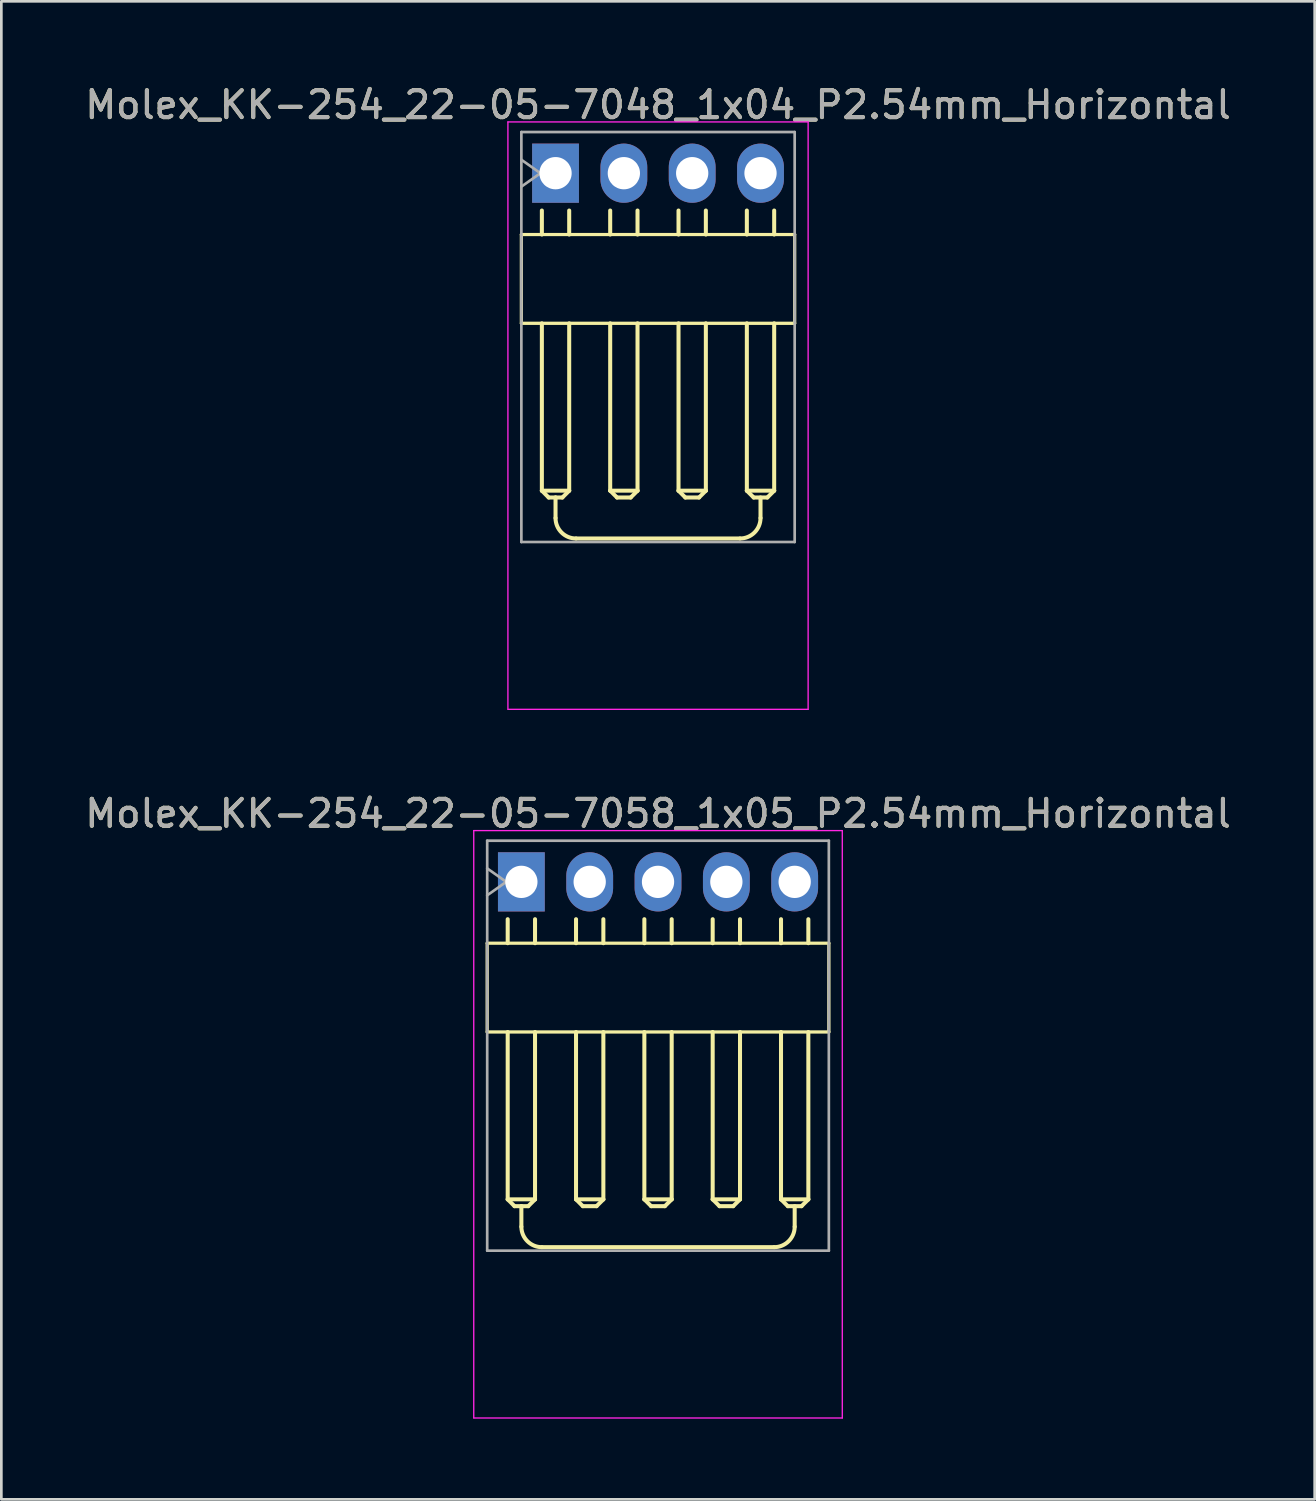
<source format=kicad_pcb>
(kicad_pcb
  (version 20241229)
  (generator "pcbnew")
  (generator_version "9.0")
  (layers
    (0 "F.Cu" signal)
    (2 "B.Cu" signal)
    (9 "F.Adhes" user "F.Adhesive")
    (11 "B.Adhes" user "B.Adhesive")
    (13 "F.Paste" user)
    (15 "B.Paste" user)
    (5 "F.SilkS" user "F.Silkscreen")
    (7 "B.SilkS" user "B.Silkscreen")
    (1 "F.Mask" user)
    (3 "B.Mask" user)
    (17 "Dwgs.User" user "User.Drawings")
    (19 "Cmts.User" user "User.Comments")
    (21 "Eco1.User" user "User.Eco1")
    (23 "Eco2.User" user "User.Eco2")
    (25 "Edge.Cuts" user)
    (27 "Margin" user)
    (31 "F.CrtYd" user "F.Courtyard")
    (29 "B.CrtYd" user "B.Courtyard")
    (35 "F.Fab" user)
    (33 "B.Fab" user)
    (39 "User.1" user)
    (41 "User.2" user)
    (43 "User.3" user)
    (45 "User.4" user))
  (footprint "Molex_KK-254_22-05-7048_1x04_P2.54mm_Horizontal"
    (layer "F.Cu")
    (at 17.601 3.388)
    (property "Reference" "Molex_KK-254_22-05-7048_1x04_P2.54mm_Horizontal" (at 3.81 -2.54 0) (layer "F.SilkS") (effects (font (size 1 1) (thickness 0.15))))
    (attr through_hole)
    (fp_line (start -1.27 2.28) (end -1.27 5.58) (stroke (width 0.12) (type solid)) (layer "F.SilkS"))
    (fp_line (start -1.27 2.28) (end 8.89 2.28) (stroke (width 0.12) (type solid)) (layer "F.SilkS"))
    (fp_line (start -0.508 1.388) (end -0.508 2.28) (stroke (width 0.15) (type solid)) (layer "F.SilkS"))
    (fp_line (start -0.508 11.802) (end -0.508 5.582) (stroke (width 0.15) (type solid)) (layer "F.SilkS"))
    (fp_line (start -0.508 11.802) (end 0.508 11.802) (stroke (width 0.15) (type solid)) (layer "F.SilkS"))
    (fp_line (start -0.254 12.056) (end -0.508 11.802) (stroke (width 0.15) (type solid)) (layer "F.SilkS"))
    (fp_line (start 0 12.056) (end -0.254 12.056) (stroke (width 0.15) (type solid)) (layer "F.SilkS"))
    (fp_line (start 0 12.056) (end 0 12.818) (stroke (width 0.15) (type solid)) (layer "F.SilkS"))
    (fp_line (start 0.254 12.056) (end 0 12.056) (stroke (width 0.15) (type solid)) (layer "F.SilkS"))
    (fp_line (start 0.508 2.28) (end 0.508 1.388) (stroke (width 0.15) (type solid)) (layer "F.SilkS"))
    (fp_line (start 0.508 5.582) (end 0.508 11.802) (stroke (width 0.15) (type solid)) (layer "F.SilkS"))
    (fp_line (start 0.508 11.802) (end 0.254 12.056) (stroke (width 0.15) (type solid)) (layer "F.SilkS"))
    (fp_line (start 0.762 13.58) (end 6.858 13.58) (stroke (width 0.15) (type solid)) (layer "F.SilkS"))
    (fp_line (start 2.032 2.28) (end 2.032 1.388) (stroke (width 0.15) (type solid)) (layer "F.SilkS"))
    (fp_line (start 2.032 5.582) (end 2.032 11.802) (stroke (width 0.15) (type solid)) (layer "F.SilkS"))
    (fp_line (start 2.032 11.802) (end 2.286 12.056) (stroke (width 0.15) (type solid)) (layer "F.SilkS"))
    (fp_line (start 2.286 12.056) (end 2.794 12.056) (stroke (width 0.15) (type solid)) (layer "F.SilkS"))
    (fp_line (start 2.794 12.056) (end 3.048 11.802) (stroke (width 0.15) (type solid)) (layer "F.SilkS"))
    (fp_line (start 3.048 2.28) (end 3.048 1.388) (stroke (width 0.15) (type solid)) (layer "F.SilkS"))
    (fp_line (start 3.048 11.802) (end 2.032 11.802) (stroke (width 0.15) (type solid)) (layer "F.SilkS"))
    (fp_line (start 3.048 11.802) (end 3.048 5.582) (stroke (width 0.15) (type solid)) (layer "F.SilkS"))
    (fp_line (start 4.572 2.28) (end 4.572 1.388) (stroke (width 0.15) (type solid)) (layer "F.SilkS"))
    (fp_line (start 4.572 5.582) (end 4.572 11.802) (stroke (width 0.15) (type solid)) (layer "F.SilkS"))
    (fp_line (start 4.572 11.802) (end 4.826 12.056) (stroke (width 0.15) (type solid)) (layer "F.SilkS"))
    (fp_line (start 4.826 12.056) (end 5.334 12.056) (stroke (width 0.15) (type solid)) (layer "F.SilkS"))
    (fp_line (start 5.334 12.056) (end 5.588 11.802) (stroke (width 0.15) (type solid)) (layer "F.SilkS"))
    (fp_line (start 5.588 2.28) (end 5.588 1.388) (stroke (width 0.15) (type solid)) (layer "F.SilkS"))
    (fp_line (start 5.588 11.802) (end 4.572 11.802) (stroke (width 0.15) (type solid)) (layer "F.SilkS"))
    (fp_line (start 5.588 11.802) (end 5.588 5.582) (stroke (width 0.15) (type solid)) (layer "F.SilkS"))
    (fp_line (start 7.112 2.28) (end 7.112 1.388) (stroke (width 0.15) (type solid)) (layer "F.SilkS"))
    (fp_line (start 7.112 5.582) (end 7.112 11.802) (stroke (width 0.15) (type solid)) (layer "F.SilkS"))
    (fp_line (start 7.112 11.802) (end 7.366 12.056) (stroke (width 0.15) (type solid)) (layer "F.SilkS"))
    (fp_line (start 7.366 12.056) (end 7.874 12.056) (stroke (width 0.15) (type solid)) (layer "F.SilkS"))
    (fp_line (start 7.62 12.056) (end 7.62 12.818) (stroke (width 0.15) (type solid)) (layer "F.SilkS"))
    (fp_line (start 7.874 12.056) (end 8.128 11.802) (stroke (width 0.15) (type solid)) (layer "F.SilkS"))
    (fp_line (start 8.128 2.28) (end 8.128 1.388) (stroke (width 0.15) (type solid)) (layer "F.SilkS"))
    (fp_line (start 8.128 11.802) (end 7.112 11.802) (stroke (width 0.15) (type solid)) (layer "F.SilkS"))
    (fp_line (start 8.128 11.802) (end 8.128 5.582) (stroke (width 0.15) (type solid)) (layer "F.SilkS"))
    (fp_line (start 8.89 2.28) (end 8.89 5.58) (stroke (width 0.12) (type solid)) (layer "F.SilkS"))
    (fp_line (start 8.89 5.58) (end -1.27 5.58) (stroke (width 0.12) (type solid)) (layer "F.SilkS"))
    (fp_arc (start 0.762 13.58) (mid 0.223185 13.356815) (end 0 12.818) (stroke (width 0.15) (type solid)) (layer "F.SilkS"))
    (fp_arc (start 7.62 12.818) (mid 7.396815 13.356815) (end 6.858 13.58) (stroke (width 0.15) (type solid)) (layer "F.SilkS"))
    (fp_line (start -1.77 -1.905) (end -1.77 19.93) (stroke (width 0.05) (type solid)) (layer "F.CrtYd"))
    (fp_line (start -1.762 19.93) (end 9.39 19.93) (stroke (width 0.05) (type solid)) (layer "F.CrtYd"))
    (fp_line (start 9.39 -1.905) (end -1.77 -1.905) (stroke (width 0.05) (type solid)) (layer "F.CrtYd"))
    (fp_line (start 9.39 19.93) (end 9.39 -1.905) (stroke (width 0.05) (type solid)) (layer "F.CrtYd"))
    (fp_line (start -1.27 -1.53) (end -1.27 13.71) (stroke (width 0.1) (type solid)) (layer "F.Fab"))
    (fp_line (start -1.27 -0.5) (end -0.563 0) (stroke (width 0.1) (type solid)) (layer "F.Fab"))
    (fp_line (start -1.27 13.71) (end 8.89 13.71) (stroke (width 0.1) (type solid)) (layer "F.Fab"))
    (fp_line (start -0.563 0) (end -1.27 0.5) (stroke (width 0.1) (type solid)) (layer "F.Fab"))
    (fp_line (start 8.89 -1.53) (end -1.27 -1.53) (stroke (width 0.1) (type solid)) (layer "F.Fab"))
    (fp_line (start 8.89 13.71) (end 8.89 -1.53) (stroke (width 0.1) (type solid)) (layer "F.Fab"))
    (fp_text user "${REFERENCE}" (at 3.81 -2.54 0) (layer "F.Fab") (effects (font (size 1 1) (thickness 0.15))))
    (pad "1" thru_hole rect (at 0 0) (size 1.74 2.2) (drill 1.2) (layers "*.Cu" "*.Mask"))
    (pad "2" thru_hole oval (at 2.54 0) (size 1.74 2.2) (drill 1.2) (layers "*.Cu" "*.Mask"))
    (pad "3" thru_hole oval (at 5.08 0) (size 1.74 2.2) (drill 1.2) (layers "*.Cu" "*.Mask"))
    (pad "4" thru_hole oval (at 7.62 0) (size 1.74 2.2) (drill 1.2) (layers "*.Cu" "*.Mask")))
  (footprint "Molex_KK-254_22-05-7058_1x05_P2.54mm_Horizontal"
    (layer "F.Cu")
    (at 16.331 29.732)
    (property "Reference" "Molex_KK-254_22-05-7058_1x05_P2.54mm_Horizontal" (at 5.08 -2.54 0) (layer "F.SilkS") (effects (font (size 1 1) (thickness 0.15))))
    (attr through_hole)
    (fp_line (start -1.27 2.28) (end -1.27 5.58) (stroke (width 0.12) (type solid)) (layer "F.SilkS"))
    (fp_line (start -1.27 2.28) (end 11.43 2.28) (stroke (width 0.12) (type solid)) (layer "F.SilkS"))
    (fp_line (start -0.508 1.388) (end -0.508 2.28) (stroke (width 0.15) (type solid)) (layer "F.SilkS"))
    (fp_line (start -0.508 11.802) (end -0.508 5.582) (stroke (width 0.15) (type solid)) (layer "F.SilkS"))
    (fp_line (start -0.508 11.802) (end 0.508 11.802) (stroke (width 0.15) (type solid)) (layer "F.SilkS"))
    (fp_line (start -0.254 12.056) (end -0.508 11.802) (stroke (width 0.15) (type solid)) (layer "F.SilkS"))
    (fp_line (start 0 12.056) (end -0.254 12.056) (stroke (width 0.15) (type solid)) (layer "F.SilkS"))
    (fp_line (start 0 12.056) (end 0 12.818) (stroke (width 0.15) (type solid)) (layer "F.SilkS"))
    (fp_line (start 0.254 12.056) (end 0 12.056) (stroke (width 0.15) (type solid)) (layer "F.SilkS"))
    (fp_line (start 0.508 2.28) (end 0.508 1.388) (stroke (width 0.15) (type solid)) (layer "F.SilkS"))
    (fp_line (start 0.508 5.582) (end 0.508 11.802) (stroke (width 0.15) (type solid)) (layer "F.SilkS"))
    (fp_line (start 0.508 11.802) (end 0.254 12.056) (stroke (width 0.15) (type solid)) (layer "F.SilkS"))
    (fp_line (start 0.762 13.58) (end 9.398 13.58) (stroke (width 0.15) (type solid)) (layer "F.SilkS"))
    (fp_line (start 2.032 2.28) (end 2.032 1.388) (stroke (width 0.15) (type solid)) (layer "F.SilkS"))
    (fp_line (start 2.032 5.582) (end 2.032 11.802) (stroke (width 0.15) (type solid)) (layer "F.SilkS"))
    (fp_line (start 2.032 11.802) (end 2.286 12.056) (stroke (width 0.15) (type solid)) (layer "F.SilkS"))
    (fp_line (start 2.286 12.056) (end 2.794 12.056) (stroke (width 0.15) (type solid)) (layer "F.SilkS"))
    (fp_line (start 2.794 12.056) (end 3.048 11.802) (stroke (width 0.15) (type solid)) (layer "F.SilkS"))
    (fp_line (start 3.048 2.28) (end 3.048 1.388) (stroke (width 0.15) (type solid)) (layer "F.SilkS"))
    (fp_line (start 3.048 11.802) (end 2.032 11.802) (stroke (width 0.15) (type solid)) (layer "F.SilkS"))
    (fp_line (start 3.048 11.802) (end 3.048 5.582) (stroke (width 0.15) (type solid)) (layer "F.SilkS"))
    (fp_line (start 4.572 2.28) (end 4.572 1.388) (stroke (width 0.15) (type solid)) (layer "F.SilkS"))
    (fp_line (start 4.572 5.582) (end 4.572 11.802) (stroke (width 0.15) (type solid)) (layer "F.SilkS"))
    (fp_line (start 4.572 11.802) (end 4.826 12.056) (stroke (width 0.15) (type solid)) (layer "F.SilkS"))
    (fp_line (start 4.826 12.056) (end 5.334 12.056) (stroke (width 0.15) (type solid)) (layer "F.SilkS"))
    (fp_line (start 5.334 12.056) (end 5.588 11.802) (stroke (width 0.15) (type solid)) (layer "F.SilkS"))
    (fp_line (start 5.588 2.28) (end 5.588 1.388) (stroke (width 0.15) (type solid)) (layer "F.SilkS"))
    (fp_line (start 5.588 11.802) (end 4.572 11.802) (stroke (width 0.15) (type solid)) (layer "F.SilkS"))
    (fp_line (start 5.588 11.802) (end 5.588 5.582) (stroke (width 0.15) (type solid)) (layer "F.SilkS"))
    (fp_line (start 7.112 2.28) (end 7.112 1.388) (stroke (width 0.15) (type solid)) (layer "F.SilkS"))
    (fp_line (start 7.112 5.582) (end 7.112 11.802) (stroke (width 0.15) (type solid)) (layer "F.SilkS"))
    (fp_line (start 7.112 11.802) (end 7.366 12.056) (stroke (width 0.15) (type solid)) (layer "F.SilkS"))
    (fp_line (start 7.366 12.056) (end 7.874 12.056) (stroke (width 0.15) (type solid)) (layer "F.SilkS"))
    (fp_line (start 7.874 12.056) (end 8.128 11.802) (stroke (width 0.15) (type solid)) (layer "F.SilkS"))
    (fp_line (start 8.128 2.28) (end 8.128 1.388) (stroke (width 0.15) (type solid)) (layer "F.SilkS"))
    (fp_line (start 8.128 11.802) (end 7.112 11.802) (stroke (width 0.15) (type solid)) (layer "F.SilkS"))
    (fp_line (start 8.128 11.802) (end 8.128 5.582) (stroke (width 0.15) (type solid)) (layer "F.SilkS"))
    (fp_line (start 9.652 2.28) (end 9.652 1.388) (stroke (width 0.15) (type solid)) (layer "F.SilkS"))
    (fp_line (start 9.652 5.582) (end 9.652 11.802) (stroke (width 0.15) (type solid)) (layer "F.SilkS"))
    (fp_line (start 9.652 11.802) (end 9.906 12.056) (stroke (width 0.15) (type solid)) (layer "F.SilkS"))
    (fp_line (start 9.906 12.056) (end 10.414 12.056) (stroke (width 0.15) (type solid)) (layer "F.SilkS"))
    (fp_line (start 10.16 12.056) (end 10.16 12.818) (stroke (width 0.15) (type solid)) (layer "F.SilkS"))
    (fp_line (start 10.414 12.056) (end 10.668 11.802) (stroke (width 0.15) (type solid)) (layer "F.SilkS"))
    (fp_line (start 10.668 2.28) (end 10.668 1.388) (stroke (width 0.15) (type solid)) (layer "F.SilkS"))
    (fp_line (start 10.668 11.802) (end 9.652 11.802) (stroke (width 0.15) (type solid)) (layer "F.SilkS"))
    (fp_line (start 10.668 11.802) (end 10.668 5.582) (stroke (width 0.15) (type solid)) (layer "F.SilkS"))
    (fp_line (start 11.43 2.28) (end 11.43 5.58) (stroke (width 0.12) (type solid)) (layer "F.SilkS"))
    (fp_line (start 11.43 5.58) (end -1.27 5.58) (stroke (width 0.12) (type solid)) (layer "F.SilkS"))
    (fp_arc (start 0.762 13.58) (mid 0.223185 13.356815) (end 0 12.818) (stroke (width 0.15) (type solid)) (layer "F.SilkS"))
    (fp_arc (start 10.16 12.818) (mid 9.936815 13.356815) (end 9.398 13.58) (stroke (width 0.15) (type solid)) (layer "F.SilkS"))
    (fp_line (start -1.77 -1.905) (end -1.77 19.93) (stroke (width 0.05) (type solid)) (layer "F.CrtYd"))
    (fp_line (start -1.762 19.93) (end 11.93 19.93) (stroke (width 0.05) (type solid)) (layer "F.CrtYd"))
    (fp_line (start 11.93 -1.905) (end -1.77 -1.905) (stroke (width 0.05) (type solid)) (layer "F.CrtYd"))
    (fp_line (start 11.93 19.93) (end 11.93 -1.905) (stroke (width 0.05) (type solid)) (layer "F.CrtYd"))
    (fp_line (start -1.27 -1.53) (end -1.27 13.71) (stroke (width 0.1) (type solid)) (layer "F.Fab"))
    (fp_line (start -1.27 -0.5) (end -0.563 0) (stroke (width 0.1) (type solid)) (layer "F.Fab"))
    (fp_line (start -1.27 13.71) (end 11.43 13.71) (stroke (width 0.1) (type solid)) (layer "F.Fab"))
    (fp_line (start -0.563 0) (end -1.27 0.5) (stroke (width 0.1) (type solid)) (layer "F.Fab"))
    (fp_line (start 11.43 -1.53) (end -1.27 -1.53) (stroke (width 0.1) (type solid)) (layer "F.Fab"))
    (fp_line (start 11.43 13.71) (end 11.43 -1.53) (stroke (width 0.1) (type solid)) (layer "F.Fab"))
    (fp_text user "${REFERENCE}" (at 5.08 -2.54 0) (layer "F.Fab") (effects (font (size 1 1) (thickness 0.15))))
    (pad "1" thru_hole rect (at 0 0) (size 1.74 2.2) (drill 1.2) (layers "*.Cu" "*.Mask"))
    (pad "2" thru_hole oval (at 2.54 0) (size 1.74 2.2) (drill 1.2) (layers "*.Cu" "*.Mask"))
    (pad "3" thru_hole oval (at 5.08 0) (size 1.74 2.2) (drill 1.2) (layers "*.Cu" "*.Mask"))
    (pad "4" thru_hole oval (at 7.62 0) (size 1.74 2.2) (drill 1.2) (layers "*.Cu" "*.Mask"))
    (pad "5" thru_hole oval (at 10.16 0) (size 1.74 2.2) (drill 1.2) (layers "*.Cu" "*.Mask")))
  (gr_rect
    (start -3 -3)
    (end 45.821 52.687)
    (stroke (width 0.1) (type default))
    (fill no)
    (layer "Edge.Cuts")))
</source>
